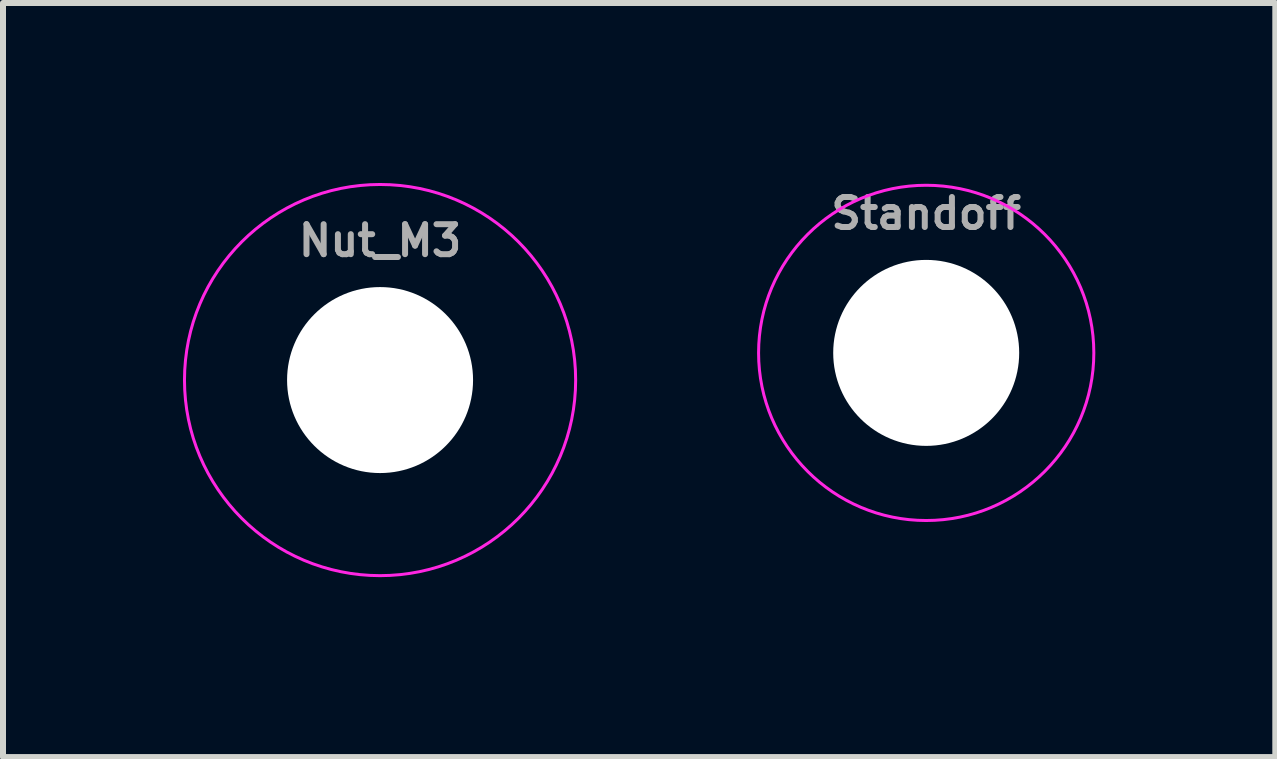
<source format=kicad_pcb>
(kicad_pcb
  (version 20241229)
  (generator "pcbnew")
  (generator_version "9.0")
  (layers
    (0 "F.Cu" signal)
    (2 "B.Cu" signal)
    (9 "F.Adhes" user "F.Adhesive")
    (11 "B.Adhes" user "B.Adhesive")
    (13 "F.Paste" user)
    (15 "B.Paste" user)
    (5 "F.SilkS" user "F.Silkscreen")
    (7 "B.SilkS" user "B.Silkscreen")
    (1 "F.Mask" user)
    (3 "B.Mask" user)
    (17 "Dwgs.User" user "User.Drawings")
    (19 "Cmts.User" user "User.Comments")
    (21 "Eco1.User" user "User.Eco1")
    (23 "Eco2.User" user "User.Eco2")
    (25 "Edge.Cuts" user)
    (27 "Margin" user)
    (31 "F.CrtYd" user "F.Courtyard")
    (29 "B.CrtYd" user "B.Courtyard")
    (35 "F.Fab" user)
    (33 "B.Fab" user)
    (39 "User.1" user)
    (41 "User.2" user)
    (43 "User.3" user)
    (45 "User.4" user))
  (footprint "Standoff"
    (layer "F.Cu")
    (at 12.388 2.832)
    (property "Reference" "Standoff" (at 0 -2.032 0) (layer "F.Fab") (effects (font (size 0.5 0.5) (thickness 0.1)) (justify bottom)))
    (fp_circle (center 0 0) (end 2.794 0) (stroke (width 0.05) (type solid)) (fill no) (layer "F.CrtYd"))
    (pad "" np_thru_hole circle (at 0 0) (size 3.1 3.1) (drill 3.1) (layers "*.Cu" "*.Mask")))
  (footprint "Nut_M3"
    (layer "F.Cu")
    (at 3.285 3.285)
    (property "Reference" "Nut_M3" (at 0 -2.032 0) (layer "F.Fab") (effects (font (size 0.5 0.5) (thickness 0.1)) (justify bottom)))
    (fp_circle (center 0 0) (end 3.26 0) (stroke (width 0.05) (type solid)) (fill no) (layer "F.CrtYd"))
    (fp_line (start -3.125 0) (end -1.62 -2.75) (stroke (width 0.1) (type default)) (layer "User.1"))
    (fp_line (start -3.125 0) (end -1.62 2.75) (stroke (width 0.1) (type default)) (layer "User.1"))
    (fp_line (start -1.62 -2.75) (end 1.62 -2.75) (stroke (width 0.1) (type default)) (layer "User.1"))
    (fp_line (start -1.62 2.75) (end 1.62 2.75) (stroke (width 0.1) (type default)) (layer "User.1"))
    (fp_line (start 1.62 -2.75) (end 3.125 0) (stroke (width 0.1) (type default)) (layer "User.1"))
    (fp_line (start 1.62 2.75) (end 3.125 0) (stroke (width 0.1) (type default)) (layer "User.1"))
    (pad "" np_thru_hole circle (at 0 0) (size 3.1 3.1) (drill 3.1) (layers "*.Cu" "*.Mask")))
  (gr_rect
    (start -3 -3)
    (end 18.207 9.569)
    (stroke (width 0.1) (type default))
    (fill no)
    (layer "Edge.Cuts")))
</source>
